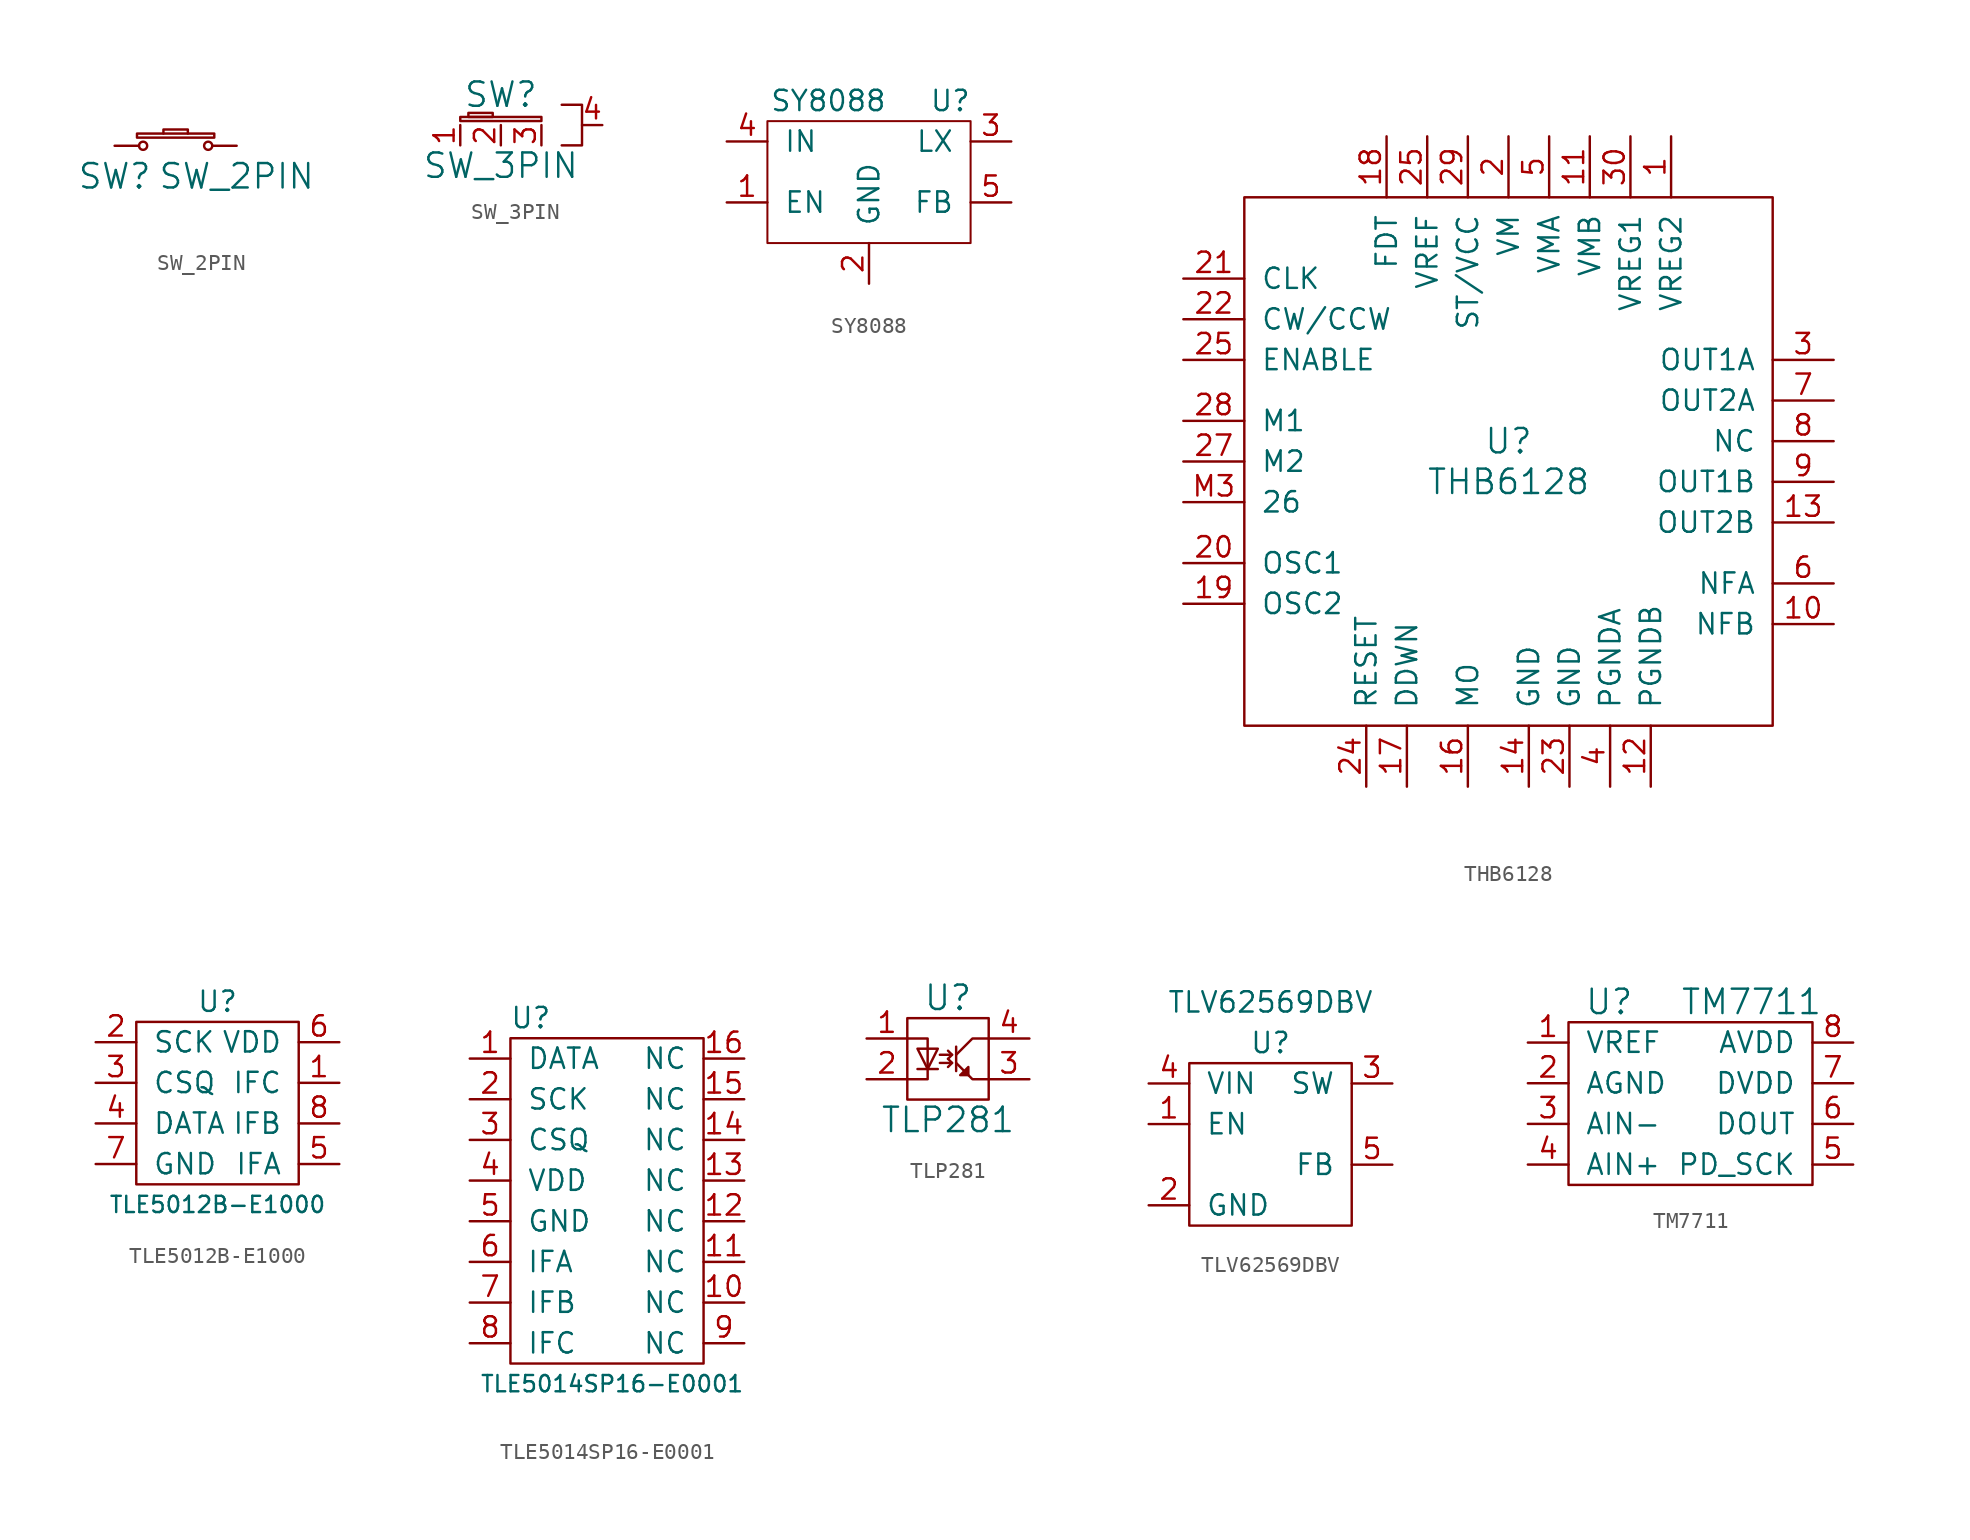
<source format=kicad_sym>
(kicad_symbol_lib
  (version 20220914)
  (generator kicad_symbol_editor)
  (symbol "SW_2PIN"
    (pin_numbers hide)
    (pin_names
      (offset 1.016) hide)
    (property "Reference" "SW"
      (at -3.81 -1.905 0)
      (effects (font (size 1.524 1.524))))
    (property "Value" "SW_2PIN"
      (at 3.81 -1.905 0)
      (effects (font (size 1.524 1.524))))
    (property "Footprint" ""
      (at 6.35 3.81 0)
      (effects (font (size 1.524 1.524))))
    (property "Datasheet" ""
      (at 0 -5.08 0)
      (effects (font (size 1.524 1.524))))
    (symbol "SW_2PIN_0_1"
      (rectangle (start -2.413 0.508) (end 2.413 0.762) (stroke (width 0) (type default)) (fill (type none)))
      (circle (center -2.032 0) (radius 0.254) (stroke (width 0) (type default)) (fill (type none)))
      (polyline (pts (xy -0.762 0.762) (xy -0.762 1.016) (xy 0.762 1.016) (xy 0.762 0.762)) (stroke (width 0) (type default)) (fill (type none)))
      (circle (center 2.032 0) (radius 0.254) (stroke (width 0) (type default)) (fill (type none))))
    (symbol "SW_2PIN_1_1"
      (pin bidirectional line (at -3.81 0 0) (length 1.524) (name "~" (effects (font (size 1.27 1.27)))) (number "1" (effects (font (size 1.27 1.27)))))
      (pin bidirectional line (at 3.81 0 180) (length 1.524) (name "~" (effects (font (size 1.27 1.27)))) (number "2" (effects (font (size 1.27 1.27)))))))
  (symbol "SW_3PIN"
    (pin_names
      (offset 1.016))
    (property "Reference" "SW"
      (at 0 1.905 0)
      (effects (font (size 1.524 1.524))))
    (property "Value" "SW_3PIN"
      (at 0 -2.54 0)
      (effects (font (size 1.524 1.524))))
    (property "Footprint" ""
      (at 0 0 0)
      (effects (font (size 1.524 1.524))))
    (property "Datasheet" ""
      (at 0 0 0)
      (effects (font (size 1.524 1.524))))
    (symbol "SW_3PIN_0_1"
      (rectangle (start -2.54 0.254) (end 2.54 0.508) (stroke (width 0) (type default)) (fill (type none)))
      (rectangle (start -2.032 0.508) (end -0.508 0.762) (stroke (width 0) (type default)) (fill (type none)))
      (polyline (pts (xy 3.81 1.27) (xy 5.08 1.27) (xy 5.08 -1.27) (xy 3.81 -1.27)) (stroke (width 0) (type default)) (fill (type none))))
    (symbol "SW_3PIN_1_1"
      (pin bidirectional line (at -2.54 -1.27 90) (length 1.27) (name "~" (effects (font (size 0.762 0.762)))) (number "1" (effects (font (size 1.27 1.27)))))
      (pin bidirectional line (at 0 -1.27 90) (length 1.27) (name "~" (effects (font (size 0.762 0.762)))) (number "2" (effects (font (size 1.27 1.27)))))
      (pin bidirectional line (at 2.54 -1.27 90) (length 1.27) (name "~" (effects (font (size 0.762 0.762)))) (number "3" (effects (font (size 1.27 1.27)))))
      (pin input line (at 6.35 0 180) (length 1.27) (name "~" (effects (font (size 1.27 1.27)))) (number "4" (effects (font (size 1.27 1.27)))))))
  (symbol "SY8088"
    (pin_names
      (offset 1.016))
    (property "Reference" "U"
      (at 11.43 1.27 0)
      (effects (font (size 1.27 1.27))))
    (property "Value" "SY8088"
      (at 3.81 1.27 0)
      (effects (font (size 1.27 1.27))))
    (symbol "SY8088_0_1"
      (rectangle (start 0 0) (end 12.7 -7.62) (stroke (width 0.127) (type default)) (fill (type none))))
    (symbol "SY8088_1_1"
      (pin bidirectional line (at -2.54 -5.08 0) (length 2.54) (name "EN" (effects (font (size 1.27 1.27)))) (number "1" (effects (font (size 1.27 1.27)))))
      (pin bidirectional line (at 6.35 -10.16 90) (length 2.54) (name "GND" (effects (font (size 1.27 1.27)))) (number "2" (effects (font (size 1.27 1.27)))))
      (pin bidirectional line (at 15.24 -1.27 180) (length 2.54) (name "LX" (effects (font (size 1.27 1.27)))) (number "3" (effects (font (size 1.27 1.27)))))
      (pin bidirectional line (at -2.54 -1.27 0) (length 2.54) (name "IN" (effects (font (size 1.27 1.27)))) (number "4" (effects (font (size 1.27 1.27)))))
      (pin bidirectional line (at 15.24 -5.08 180) (length 2.54) (name "FB" (effects (font (size 1.27 1.27)))) (number "5" (effects (font (size 1.27 1.27)))))))
  (symbol "THB6128"
    (pin_names
      (offset 1.016))
    (property "Reference" "U"
      (at 0 1.27 0)
      (effects (font (size 1.524 1.524))))
    (property "Value" "THB6128"
      (at 0 -1.27 0)
      (effects (font (size 1.524 1.524))))
    (property "Footprint" ""
      (at 0 0 0)
      (effects (font (size 1.524 1.524))))
    (property "Datasheet" ""
      (at 0 0 0)
      (effects (font (size 1.524 1.524))))
    (symbol "THB6128_0_1"
      (rectangle (start -16.51 16.51) (end 16.51 -16.51) (stroke (width 0) (type default)) (fill (type none))))
    (symbol "THB6128_1_1"
      (pin input line (at 10.16 20.32 270) (length 3.81) (name "VREG2" (effects (font (size 1.27 1.27)))) (number "1" (effects (font (size 1.27 1.27)))))
      (pin input line (at 20.32 -10.16 180) (length 3.81) (name "NFB" (effects (font (size 1.27 1.27)))) (number "10" (effects (font (size 1.27 1.27)))))
      (pin input line (at 5.08 20.32 270) (length 3.81) (name "VMB" (effects (font (size 1.27 1.27)))) (number "11" (effects (font (size 1.27 1.27)))))
      (pin input line (at 8.89 -20.32 90) (length 3.81) (name "PGNDB" (effects (font (size 1.27 1.27)))) (number "12" (effects (font (size 1.27 1.27)))))
      (pin input line (at 20.32 -3.81 180) (length 3.81) (name "OUT2B" (effects (font (size 1.27 1.27)))) (number "13" (effects (font (size 1.27 1.27)))))
      (pin input line (at 1.27 -20.32 90) (length 3.81) (name "GND" (effects (font (size 1.27 1.27)))) (number "14" (effects (font (size 1.27 1.27)))))
      (pin input line (at -2.54 -20.32 90) (length 3.81) (name "MO" (effects (font (size 1.27 1.27)))) (number "16" (effects (font (size 1.27 1.27)))))
      (pin input line (at -6.35 -20.32 90) (length 3.81) (name "DDWN" (effects (font (size 1.27 1.27)))) (number "17" (effects (font (size 1.27 1.27)))))
      (pin input line (at -7.62 20.32 270) (length 3.81) (name "FDT" (effects (font (size 1.27 1.27)))) (number "18" (effects (font (size 1.27 1.27)))))
      (pin input line (at -20.32 -8.89 0) (length 3.81) (name "OSC2" (effects (font (size 1.27 1.27)))) (number "19" (effects (font (size 1.27 1.27)))))
      (pin input line (at 0 20.32 270) (length 3.81) (name "VM" (effects (font (size 1.27 1.27)))) (number "2" (effects (font (size 1.27 1.27)))))
      (pin input line (at -20.32 -6.35 0) (length 3.81) (name "OSC1" (effects (font (size 1.27 1.27)))) (number "20" (effects (font (size 1.27 1.27)))))
      (pin input line (at -20.32 11.43 0) (length 3.81) (name "CLK" (effects (font (size 1.27 1.27)))) (number "21" (effects (font (size 1.27 1.27)))))
      (pin input line (at -20.32 8.89 0) (length 3.81) (name "CW/CCW" (effects (font (size 1.27 1.27)))) (number "22" (effects (font (size 1.27 1.27)))))
      (pin input line (at 3.81 -20.32 90) (length 3.81) (name "GND" (effects (font (size 1.27 1.27)))) (number "23" (effects (font (size 1.27 1.27)))))
      (pin input line (at -8.89 -20.32 90) (length 3.81) (name "RESET" (effects (font (size 1.27 1.27)))) (number "24" (effects (font (size 1.27 1.27)))))
      (pin input line (at -20.32 6.35 0) (length 3.81) (name "ENABLE" (effects (font (size 1.27 1.27)))) (number "25" (effects (font (size 1.27 1.27)))))
      (pin input line (at -5.08 20.32 270) (length 3.81) (name "VREF" (effects (font (size 1.27 1.27)))) (number "25" (effects (font (size 1.27 1.27)))))
      (pin input line (at -20.32 0 0) (length 3.81) (name "M2" (effects (font (size 1.27 1.27)))) (number "27" (effects (font (size 1.27 1.27)))))
      (pin input line (at -20.32 2.54 0) (length 3.81) (name "M1" (effects (font (size 1.27 1.27)))) (number "28" (effects (font (size 1.27 1.27)))))
      (pin input line (at -2.54 20.32 270) (length 3.81) (name "ST/VCC" (effects (font (size 1.27 1.27)))) (number "29" (effects (font (size 1.27 1.27)))))
      (pin input line (at 20.32 6.35 180) (length 3.81) (name "OUT1A" (effects (font (size 1.27 1.27)))) (number "3" (effects (font (size 1.27 1.27)))))
      (pin input line (at 7.62 20.32 270) (length 3.81) (name "VREG1" (effects (font (size 1.27 1.27)))) (number "30" (effects (font (size 1.27 1.27)))))
      (pin input line (at 6.35 -20.32 90) (length 3.81) (name "PGNDA" (effects (font (size 1.27 1.27)))) (number "4" (effects (font (size 1.27 1.27)))))
      (pin input line (at 2.54 20.32 270) (length 3.81) (name "VMA" (effects (font (size 1.27 1.27)))) (number "5" (effects (font (size 1.27 1.27)))))
      (pin input line (at 20.32 -7.62 180) (length 3.81) (name "NFA" (effects (font (size 1.27 1.27)))) (number "6" (effects (font (size 1.27 1.27)))))
      (pin input line (at 20.32 3.81 180) (length 3.81) (name "OUT2A" (effects (font (size 1.27 1.27)))) (number "7" (effects (font (size 1.27 1.27)))))
      (pin input line (at 20.32 1.27 180) (length 3.81) (name "NC" (effects (font (size 1.27 1.27)))) (number "8" (effects (font (size 1.27 1.27)))))
      (pin input line (at 20.32 -1.27 180) (length 3.81) (name "OUT1B" (effects (font (size 1.27 1.27)))) (number "9" (effects (font (size 1.27 1.27)))))
      (pin input line (at -20.32 -2.54 0) (length 3.81) (name "26" (effects (font (size 1.27 1.27)))) (number "M3" (effects (font (size 1.27 1.27)))))))
  (symbol "TLE5012B-E1000"
    (pin_names
      (offset 1.016))
    (property "Reference" "U"
      (at 0 6.35 0)
      (effects (font (size 1.27 1.27))))
    (property "Value" "TLE5012B-E1000"
      (at 0 -6.35 0)
      (effects (font (size 1.016 1.016))))
    (symbol "TLE5012B-E1000_0_1"
      (rectangle (start -5.08 5.08) (end 5.08 -5.08) (stroke (width 0) (type default)) (fill (type none))))
    (symbol "TLE5012B-E1000_1_1"
      (pin input line (at 7.62 1.27 180) (length 2.54) (name "IFC" (effects (font (size 1.27 1.27)))) (number "1" (effects (font (size 1.27 1.27)))))
      (pin input line (at -7.62 3.81 0) (length 2.54) (name "SCK" (effects (font (size 1.27 1.27)))) (number "2" (effects (font (size 1.27 1.27)))))
      (pin input line (at -7.62 1.27 0) (length 2.54) (name "CSQ" (effects (font (size 1.27 1.27)))) (number "3" (effects (font (size 1.27 1.27)))))
      (pin input line (at -7.62 -1.27 0) (length 2.54) (name "DATA" (effects (font (size 1.27 1.27)))) (number "4" (effects (font (size 1.27 1.27)))))
      (pin input line (at 7.62 -3.81 180) (length 2.54) (name "IFA" (effects (font (size 1.27 1.27)))) (number "5" (effects (font (size 1.27 1.27)))))
      (pin input line (at 7.62 3.81 180) (length 2.54) (name "VDD" (effects (font (size 1.27 1.27)))) (number "6" (effects (font (size 1.27 1.27)))))
      (pin input line (at -7.62 -3.81 0) (length 2.54) (name "GND" (effects (font (size 1.27 1.27)))) (number "7" (effects (font (size 1.27 1.27)))))
      (pin input line (at 7.62 -1.27 180) (length 2.54) (name "IFB" (effects (font (size 1.27 1.27)))) (number "8" (effects (font (size 1.27 1.27)))))))
  (symbol "TLE5014SP16-E0001"
    (pin_names
      (offset 1.016))
    (property "Reference" "U"
      (at 1.27 0 0)
      (effects (font (size 1.27 1.27))))
    (property "Value" "TLE5014SP16-E0001"
      (at 6.35 -22.86 0)
      (effects (font (size 1.016 1.016))))
    (symbol "TLE5014SP16-E0001_0_1"
      (rectangle (start 0 -1.27) (end 12.065 -21.59) (stroke (width 0) (type default)) (fill (type none))))
    (symbol "TLE5014SP16-E0001_1_1"
      (pin bidirectional line (at -2.54 -2.54 0) (length 2.54) (name "DATA" (effects (font (size 1.27 1.27)))) (number "1" (effects (font (size 1.27 1.27)))))
      (pin passive line (at 14.605 -17.78 180) (length 2.54) (name "NC" (effects (font (size 1.27 1.27)))) (number "10" (effects (font (size 1.27 1.27)))))
      (pin passive line (at 14.605 -15.24 180) (length 2.54) (name "NC" (effects (font (size 1.27 1.27)))) (number "11" (effects (font (size 1.27 1.27)))))
      (pin passive line (at 14.605 -12.7 180) (length 2.54) (name "NC" (effects (font (size 1.27 1.27)))) (number "12" (effects (font (size 1.27 1.27)))))
      (pin passive line (at 14.605 -10.16 180) (length 2.54) (name "NC" (effects (font (size 1.27 1.27)))) (number "13" (effects (font (size 1.27 1.27)))))
      (pin passive line (at 14.605 -7.62 180) (length 2.54) (name "NC" (effects (font (size 1.27 1.27)))) (number "14" (effects (font (size 1.27 1.27)))))
      (pin passive line (at 14.605 -5.08 180) (length 2.54) (name "NC" (effects (font (size 1.27 1.27)))) (number "15" (effects (font (size 1.27 1.27)))))
      (pin passive line (at 14.605 -2.54 180) (length 2.54) (name "NC" (effects (font (size 1.27 1.27)))) (number "16" (effects (font (size 1.27 1.27)))))
      (pin input line (at -2.54 -5.08 0) (length 2.54) (name "SCK" (effects (font (size 1.27 1.27)))) (number "2" (effects (font (size 1.27 1.27)))))
      (pin input line (at -2.54 -7.62 0) (length 2.54) (name "CSQ" (effects (font (size 1.27 1.27)))) (number "3" (effects (font (size 1.27 1.27)))))
      (pin power_in line (at -2.54 -10.16 0) (length 2.54) (name "VDD" (effects (font (size 1.27 1.27)))) (number "4" (effects (font (size 1.27 1.27)))))
      (pin power_in line (at -2.54 -12.7 0) (length 2.54) (name "GND" (effects (font (size 1.27 1.27)))) (number "5" (effects (font (size 1.27 1.27)))))
      (pin passive line (at -2.54 -15.24 0) (length 2.54) (name "IFA" (effects (font (size 1.27 1.27)))) (number "6" (effects (font (size 1.27 1.27)))))
      (pin passive line (at -2.54 -17.78 0) (length 2.54) (name "IFB" (effects (font (size 1.27 1.27)))) (number "7" (effects (font (size 1.27 1.27)))))
      (pin passive line (at -2.54 -20.32 0) (length 2.54) (name "IFC" (effects (font (size 1.27 1.27)))) (number "8" (effects (font (size 1.27 1.27)))))
      (pin passive line (at 14.605 -20.32 180) (length 2.54) (name "NC" (effects (font (size 1.27 1.27)))) (number "9" (effects (font (size 1.27 1.27)))))))
  (symbol "TLP281"
    (pin_names
      (offset 1.016))
    (property "Reference" "U"
      (at 0 3.81 0)
      (effects (font (size 1.524 1.524))))
    (property "Value" "TLP281"
      (at 0 -3.81 0)
      (effects (font (size 1.524 1.524))))
    (symbol "TLP281_0_1"
      (rectangle (start -2.54 2.54) (end 2.54 -2.54) (stroke (width 0) (type default)) (fill (type none)))
      (polyline (pts (xy -1.905 -0.635) (xy -0.635 -0.635)) (stroke (width 0) (type default)) (fill (type none)))
      (polyline (pts (xy -0.508 -0.254) (xy 0.254 -0.254)) (stroke (width 0) (type default)) (fill (type none)))
      (polyline (pts (xy -0.508 0.254) (xy 0.254 0.254)) (stroke (width 0) (type default)) (fill (type none)))
      (polyline (pts (xy 0.508 0.762) (xy 0.508 -0.762)) (stroke (width 0) (type default)) (fill (type none)))
      (polyline (pts (xy 0 0) (xy 0.254 -0.254) (xy 0 -0.508)) (stroke (width 0) (type default)) (fill (type none)))
      (polyline (pts (xy 0 0.508) (xy 0.254 0.254) (xy 0 0)) (stroke (width 0) (type default)) (fill (type none)))
      (polyline (pts (xy 0.508 -0.254) (xy 1.524 -1.27) (xy 2.54 -1.27)) (stroke (width 0) (type default)) (fill (type none)))
      (polyline (pts (xy 0.508 0.254) (xy 1.524 1.27) (xy 2.54 1.27)) (stroke (width 0) (type default)) (fill (type none)))
      (polyline (pts (xy -2.54 1.27) (xy -1.27 1.27) (xy -1.27 -1.27) (xy -2.54 -1.27)) (stroke (width 0) (type default)) (fill (type none)))
      (polyline (pts (xy -1.905 0.635) (xy -0.635 0.635) (xy -1.27 -0.635) (xy -1.905 0.635)) (stroke (width 0) (type default)) (fill (type none)))
      (polyline (pts (xy 0.762 -1.016) (xy 1.27 -1.016) (xy 1.27 -0.508) (xy 0.762 -1.016)) (stroke (width 0) (type default)) (fill (type outline))))
    (symbol "TLP281_1_1"
      (pin input line (at -5.08 1.27 0) (length 2.54) (name "~" (effects (font (size 1.27 1.27)))) (number "1" (effects (font (size 1.27 1.27)))))
      (pin input line (at -5.08 -1.27 0) (length 2.54) (name "~" (effects (font (size 1.27 1.27)))) (number "2" (effects (font (size 1.27 1.27)))))
      (pin input line (at 5.08 -1.27 180) (length 2.54) (name "~" (effects (font (size 1.27 1.27)))) (number "3" (effects (font (size 1.27 1.27)))))
      (pin input line (at 5.08 1.27 180) (length 2.54) (name "~" (effects (font (size 1.27 1.27)))) (number "4" (effects (font (size 1.27 1.27)))))))
  (symbol "TLV62569DBV"
    (pin_names
      (offset 1.016))
    (property "Reference" "U"
      (at 0 5.08 0)
      (effects (font (size 1.27 1.27))))
    (property "Value" "TLV62569DBV"
      (at 0 7.62 0)
      (effects (font (size 1.27 1.27))))
    (symbol "TLV62569DBV_0_1"
      (rectangle (start -5.08 3.81) (end 5.08 -6.35) (stroke (width 0) (type default)) (fill (type none))))
    (symbol "TLV62569DBV_1_1"
      (pin bidirectional line (at -7.62 0 0) (length 2.54) (name "EN" (effects (font (size 1.27 1.27)))) (number "1" (effects (font (size 1.27 1.27)))))
      (pin bidirectional line (at -7.62 -5.08 0) (length 2.54) (name "GND" (effects (font (size 1.27 1.27)))) (number "2" (effects (font (size 1.27 1.27)))))
      (pin bidirectional line (at 7.62 2.54 180) (length 2.54) (name "SW" (effects (font (size 1.27 1.27)))) (number "3" (effects (font (size 1.27 1.27)))))
      (pin bidirectional line (at -7.62 2.54 0) (length 2.54) (name "VIN" (effects (font (size 1.27 1.27)))) (number "4" (effects (font (size 1.27 1.27)))))
      (pin bidirectional line (at 7.62 -2.54 180) (length 2.54) (name "FB" (effects (font (size 1.27 1.27)))) (number "5" (effects (font (size 1.27 1.27)))))))
  (symbol "TM7711"
    (pin_names
      (offset 1.016))
    (property "Reference" "U"
      (at -5.08 6.35 0)
      (effects (font (size 1.524 1.524))))
    (property "Value" "TM7711"
      (at 3.81 6.35 0)
      (effects (font (size 1.524 1.524))))
    (symbol "TM7711_0_1"
      (rectangle (start 7.62 -5.08) (end -7.62 5.08) (stroke (width 0) (type default)) (fill (type none))))
    (symbol "TM7711_1_1"
      (pin passive line (at -10.16 3.81 0) (length 2.54) (name "VREF" (effects (font (size 1.27 1.27)))) (number "1" (effects (font (size 1.27 1.27)))))
      (pin passive line (at -10.16 1.27 0) (length 2.54) (name "AGND" (effects (font (size 1.27 1.27)))) (number "2" (effects (font (size 1.27 1.27)))))
      (pin passive line (at -10.16 -1.27 0) (length 2.54) (name "AIN-" (effects (font (size 1.27 1.27)))) (number "3" (effects (font (size 1.27 1.27)))))
      (pin passive line (at -10.16 -3.81 0) (length 2.54) (name "AIN+" (effects (font (size 1.27 1.27)))) (number "4" (effects (font (size 1.27 1.27)))))
      (pin passive line (at 10.16 -3.81 180) (length 2.54) (name "PD_SCK" (effects (font (size 1.27 1.27)))) (number "5" (effects (font (size 1.27 1.27)))))
      (pin output line (at 10.16 -1.27 180) (length 2.54) (name "DOUT" (effects (font (size 1.27 1.27)))) (number "6" (effects (font (size 1.27 1.27)))))
      (pin passive line (at 10.16 1.27 180) (length 2.54) (name "DVDD" (effects (font (size 1.27 1.27)))) (number "7" (effects (font (size 1.27 1.27)))))
      (pin passive line (at 10.16 3.81 180) (length 2.54) (name "AVDD" (effects (font (size 1.27 1.27)))) (number "8" (effects (font (size 1.27 1.27))))))))
</source>
